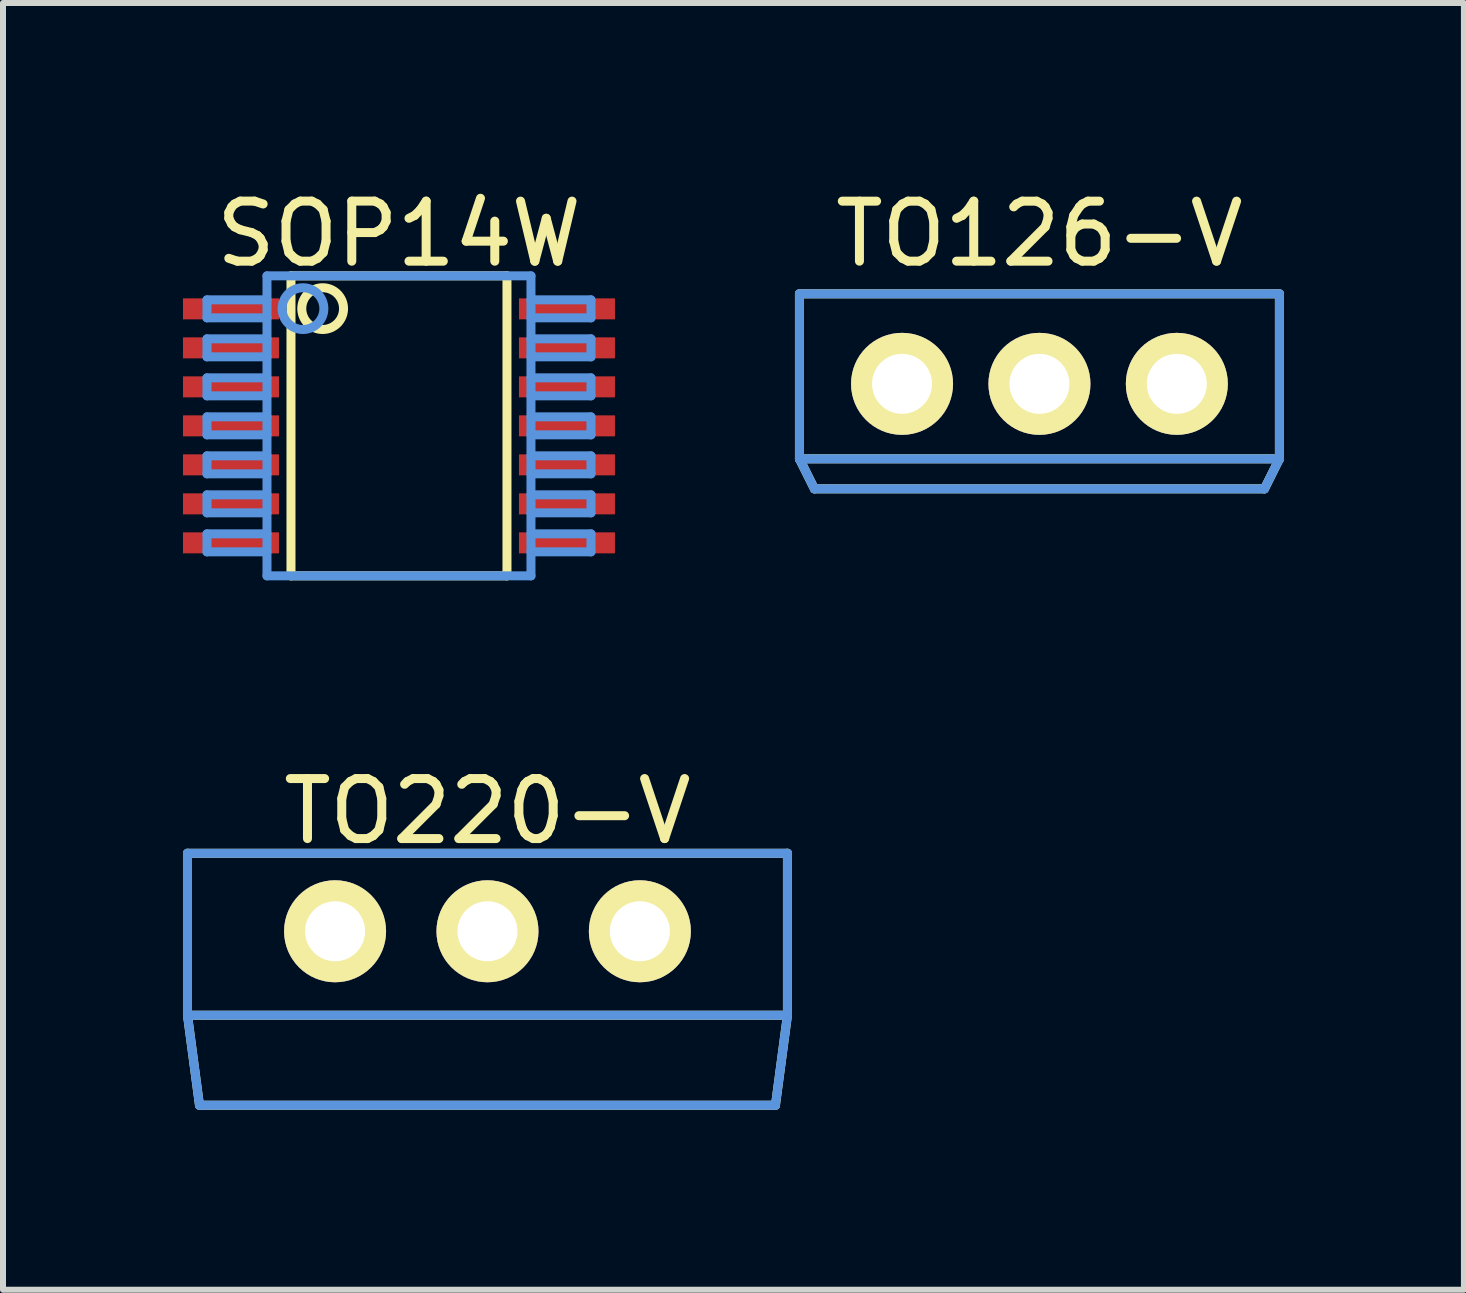
<source format=kicad_pcb>
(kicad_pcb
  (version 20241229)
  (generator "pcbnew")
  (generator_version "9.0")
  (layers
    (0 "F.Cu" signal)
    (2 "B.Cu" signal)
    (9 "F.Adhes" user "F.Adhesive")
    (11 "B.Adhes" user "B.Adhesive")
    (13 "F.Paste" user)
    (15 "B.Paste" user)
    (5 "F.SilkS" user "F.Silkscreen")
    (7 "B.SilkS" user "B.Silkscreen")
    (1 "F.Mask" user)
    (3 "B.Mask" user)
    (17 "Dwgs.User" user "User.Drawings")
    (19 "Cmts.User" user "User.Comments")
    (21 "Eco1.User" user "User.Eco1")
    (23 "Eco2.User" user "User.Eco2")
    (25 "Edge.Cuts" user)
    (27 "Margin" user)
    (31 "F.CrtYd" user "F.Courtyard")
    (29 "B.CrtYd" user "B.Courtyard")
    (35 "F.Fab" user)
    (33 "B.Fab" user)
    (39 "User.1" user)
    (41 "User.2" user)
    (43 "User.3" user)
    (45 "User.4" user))
  (footprint "TO220-V"
    (layer "F.Cu")
    (at 5.075 12.472)
    (property "Reference" "TO220-V" (at 0 -2 0) (layer "F.SilkS") (effects (font (size 1 1) (thickness 0.15))))
    (attr through_hole)
    (fp_line (start -5 -1.3) (end -5 1.4) (stroke (width 0.15) (type solid)) (layer "F.SilkS"))
    (fp_line (start -5 1.4) (end 5 1.4) (stroke (width 0.15) (type solid)) (layer "F.SilkS"))
    (fp_line (start -4.8 2.9) (end -5 1.4) (stroke (width 0.15) (type solid)) (layer "F.SilkS"))
    (fp_line (start 4.8 2.9) (end -4.8 2.9) (stroke (width 0.15) (type solid)) (layer "F.SilkS"))
    (fp_line (start 5 -1.3) (end -5 -1.3) (stroke (width 0.15) (type solid)) (layer "F.SilkS"))
    (fp_line (start 5 1.4) (end 4.8 2.9) (stroke (width 0.15) (type solid)) (layer "F.SilkS"))
    (fp_line (start 5 1.4) (end 5 -1.3) (stroke (width 0.15) (type solid)) (layer "F.SilkS"))
    (fp_line (start -5 -1.3) (end 5 -1.3) (stroke (width 0.15) (type solid)) (layer "Cmts.User"))
    (fp_line (start -5 1.4) (end -5 -1.3) (stroke (width 0.15) (type solid)) (layer "Cmts.User"))
    (fp_line (start -4.8 2.9) (end -5 1.4) (stroke (width 0.15) (type solid)) (layer "Cmts.User"))
    (fp_line (start 4.8 2.9) (end -4.8 2.9) (stroke (width 0.15) (type solid)) (layer "Cmts.User"))
    (fp_line (start 5 -1.3) (end 5 1.4) (stroke (width 0.15) (type solid)) (layer "Cmts.User"))
    (fp_line (start 5 1.4) (end -5 1.4) (stroke (width 0.15) (type solid)) (layer "Cmts.User"))
    (fp_line (start 5 1.4) (end 4.8 2.9) (stroke (width 0.15) (type solid)) (layer "Cmts.User"))
    (fp_line (start -5.05 -1.35) (end 5.05 -1.35) (stroke (width 0.05) (type solid)) (layer "Eco1.User"))
    (fp_line (start -5.05 2.95) (end -5.05 -1.35) (stroke (width 0.05) (type solid)) (layer "Eco1.User"))
    (fp_line (start 5.05 -1.35) (end 5.05 2.95) (stroke (width 0.05) (type solid)) (layer "Eco1.User"))
    (fp_line (start 5.05 2.95) (end -5.05 2.95) (stroke (width 0.05) (type solid)) (layer "Eco1.User"))
    (pad "1" thru_hole circle (at -2.54 0) (size 1.7 1.7) (drill 1) (layers "*.Cu" "*.Mask" "F.SilkS"))
    (pad "2" thru_hole circle (at 0 0) (size 1.7 1.7) (drill 1) (layers "*.Cu" "*.Mask" "F.SilkS"))
    (pad "3" thru_hole circle (at 2.54 0) (size 1.7 1.7) (drill 1) (layers "*.Cu" "*.Mask" "F.SilkS")))
  (footprint "SOP14W"
    (layer "F.Cu")
    (at 3.6 4.048)
    (property "Reference" "SOP14W" (at 0 -3.2 0) (layer "F.SilkS") (effects (font (size 1.001 1.001) (thickness 0.15))))
    (attr through_hole)
    (fp_line (start -1.8 -2.5) (end -1.8 2.5) (stroke (width 0.15) (type solid)) (layer "F.SilkS"))
    (fp_line (start -1.8 2.5) (end 1.8 2.5) (stroke (width 0.15) (type solid)) (layer "F.SilkS"))
    (fp_line (start 1.8 -2.5) (end -1.8 -2.5) (stroke (width 0.15) (type solid)) (layer "F.SilkS"))
    (fp_line (start 1.8 2.5) (end 1.8 -2.5) (stroke (width 0.15) (type solid)) (layer "F.SilkS"))
    (fp_circle (center -1.272 -1.954) (end -0.924 -1.954) (stroke (width 0.15) (type solid)) (fill no) (layer "F.SilkS"))
    (fp_line (start -3.2 -2.1) (end -2.2 -2.1) (stroke (width 0.15) (type solid)) (layer "Cmts.User"))
    (fp_line (start -3.2 -1.8) (end -3.2 -2.1) (stroke (width 0.15) (type solid)) (layer "Cmts.User"))
    (fp_line (start -3.2 -1.45) (end -2.2 -1.45) (stroke (width 0.15) (type solid)) (layer "Cmts.User"))
    (fp_line (start -3.2 -1.15) (end -3.2 -1.45) (stroke (width 0.15) (type solid)) (layer "Cmts.User"))
    (fp_line (start -3.2 -0.8) (end -2.2 -0.8) (stroke (width 0.15) (type solid)) (layer "Cmts.User"))
    (fp_line (start -3.2 -0.5) (end -3.2 -0.8) (stroke (width 0.15) (type solid)) (layer "Cmts.User"))
    (fp_line (start -3.2 -0.15) (end -2.2 -0.15) (stroke (width 0.15) (type solid)) (layer "Cmts.User"))
    (fp_line (start -3.2 0.15) (end -3.2 -0.15) (stroke (width 0.15) (type solid)) (layer "Cmts.User"))
    (fp_line (start -3.2 0.5) (end -2.2 0.5) (stroke (width 0.15) (type solid)) (layer "Cmts.User"))
    (fp_line (start -3.2 0.8) (end -3.2 0.5) (stroke (width 0.15) (type solid)) (layer "Cmts.User"))
    (fp_line (start -3.2 1.15) (end -2.2 1.15) (stroke (width 0.15) (type solid)) (layer "Cmts.User"))
    (fp_line (start -3.2 1.45) (end -3.2 1.15) (stroke (width 0.15) (type solid)) (layer "Cmts.User"))
    (fp_line (start -3.2 1.8) (end -2.2 1.8) (stroke (width 0.15) (type solid)) (layer "Cmts.User"))
    (fp_line (start -3.2 2.1) (end -3.2 1.8) (stroke (width 0.15) (type solid)) (layer "Cmts.User"))
    (fp_line (start -2.2 -2.5) (end -2.2 2.5) (stroke (width 0.15) (type solid)) (layer "Cmts.User"))
    (fp_line (start -2.2 -1.8) (end -3.2 -1.8) (stroke (width 0.15) (type solid)) (layer "Cmts.User"))
    (fp_line (start -2.2 -1.15) (end -3.2 -1.15) (stroke (width 0.15) (type solid)) (layer "Cmts.User"))
    (fp_line (start -2.2 -0.5) (end -3.2 -0.5) (stroke (width 0.15) (type solid)) (layer "Cmts.User"))
    (fp_line (start -2.2 0.15) (end -3.2 0.15) (stroke (width 0.15) (type solid)) (layer "Cmts.User"))
    (fp_line (start -2.2 0.8) (end -3.2 0.8) (stroke (width 0.15) (type solid)) (layer "Cmts.User"))
    (fp_line (start -2.2 1.45) (end -3.2 1.45) (stroke (width 0.15) (type solid)) (layer "Cmts.User"))
    (fp_line (start -2.2 2.1) (end -3.2 2.1) (stroke (width 0.15) (type solid)) (layer "Cmts.User"))
    (fp_line (start -2.2 2.5) (end 2.2 2.5) (stroke (width 0.15) (type solid)) (layer "Cmts.User"))
    (fp_line (start 2.2 -2.5) (end -2.2 -2.5) (stroke (width 0.15) (type solid)) (layer "Cmts.User"))
    (fp_line (start 2.2 -2.1) (end 3.2 -2.1) (stroke (width 0.15) (type solid)) (layer "Cmts.User"))
    (fp_line (start 2.2 -1.45) (end 3.2 -1.45) (stroke (width 0.15) (type solid)) (layer "Cmts.User"))
    (fp_line (start 2.2 -0.8) (end 3.2 -0.8) (stroke (width 0.15) (type solid)) (layer "Cmts.User"))
    (fp_line (start 2.2 -0.15) (end 3.2 -0.15) (stroke (width 0.15) (type solid)) (layer "Cmts.User"))
    (fp_line (start 2.2 0.5) (end 3.2 0.5) (stroke (width 0.15) (type solid)) (layer "Cmts.User"))
    (fp_line (start 2.2 1.15) (end 3.2 1.15) (stroke (width 0.15) (type solid)) (layer "Cmts.User"))
    (fp_line (start 2.2 1.8) (end 3.2 1.8) (stroke (width 0.15) (type solid)) (layer "Cmts.User"))
    (fp_line (start 2.2 2.5) (end 2.2 -2.5) (stroke (width 0.15) (type solid)) (layer "Cmts.User"))
    (fp_line (start 3.2 -2.1) (end 3.2 -1.8) (stroke (width 0.15) (type solid)) (layer "Cmts.User"))
    (fp_line (start 3.2 -1.8) (end 2.2 -1.8) (stroke (width 0.15) (type solid)) (layer "Cmts.User"))
    (fp_line (start 3.2 -1.45) (end 3.2 -1.15) (stroke (width 0.15) (type solid)) (layer "Cmts.User"))
    (fp_line (start 3.2 -1.15) (end 2.2 -1.15) (stroke (width 0.15) (type solid)) (layer "Cmts.User"))
    (fp_line (start 3.2 -0.8) (end 3.2 -0.5) (stroke (width 0.15) (type solid)) (layer "Cmts.User"))
    (fp_line (start 3.2 -0.5) (end 2.2 -0.5) (stroke (width 0.15) (type solid)) (layer "Cmts.User"))
    (fp_line (start 3.2 -0.15) (end 3.2 0.15) (stroke (width 0.15) (type solid)) (layer "Cmts.User"))
    (fp_line (start 3.2 0.15) (end 2.2 0.15) (stroke (width 0.15) (type solid)) (layer "Cmts.User"))
    (fp_line (start 3.2 0.5) (end 3.2 0.8) (stroke (width 0.15) (type solid)) (layer "Cmts.User"))
    (fp_line (start 3.2 0.8) (end 2.2 0.8) (stroke (width 0.15) (type solid)) (layer "Cmts.User"))
    (fp_line (start 3.2 1.15) (end 3.2 1.45) (stroke (width 0.15) (type solid)) (layer "Cmts.User"))
    (fp_line (start 3.2 1.45) (end 2.2 1.45) (stroke (width 0.15) (type solid)) (layer "Cmts.User"))
    (fp_line (start 3.2 1.8) (end 3.2 2.1) (stroke (width 0.15) (type solid)) (layer "Cmts.User"))
    (fp_line (start 3.2 2.1) (end 2.2 2.1) (stroke (width 0.15) (type solid)) (layer "Cmts.User"))
    (fp_circle (center -1.6 -1.954) (end -1.252 -1.954) (stroke (width 0.15) (type solid)) (fill no) (layer "Cmts.User"))
    (pad "1" smd rect (at -2.8 -1.95) (size 1.6 0.35) (layers "F.Cu" "F.Mask" "F.Paste"))
    (pad "2" smd rect (at -2.8 -1.3) (size 1.6 0.35) (layers "F.Cu" "F.Mask" "F.Paste"))
    (pad "3" smd rect (at -2.8 -0.65) (size 1.6 0.35) (layers "F.Cu" "F.Mask" "F.Paste"))
    (pad "4" smd rect (at -2.8 0) (size 1.6 0.35) (layers "F.Cu" "F.Mask" "F.Paste"))
    (pad "5" smd rect (at -2.8 0.65) (size 1.6 0.35) (layers "F.Cu" "F.Mask" "F.Paste"))
    (pad "6" smd rect (at -2.8 1.3) (size 1.6 0.35) (layers "F.Cu" "F.Mask" "F.Paste"))
    (pad "7" smd rect (at -2.8 1.95) (size 1.6 0.35) (layers "F.Cu" "F.Mask" "F.Paste"))
    (pad "8" smd rect (at 2.8 1.95) (size 1.6 0.35) (layers "F.Cu" "F.Mask" "F.Paste"))
    (pad "9" smd rect (at 2.8 1.3) (size 1.6 0.35) (layers "F.Cu" "F.Mask" "F.Paste"))
    (pad "10" smd rect (at 2.8 0.65) (size 1.6 0.35) (layers "F.Cu" "F.Mask" "F.Paste"))
    (pad "11" smd rect (at 2.8 0) (size 1.6 0.35) (layers "F.Cu" "F.Mask" "F.Paste"))
    (pad "12" smd rect (at 2.8 -0.65) (size 1.6 0.35) (layers "F.Cu" "F.Mask" "F.Paste"))
    (pad "13" smd rect (at 2.8 -1.3) (size 1.6 0.35) (layers "F.Cu" "F.Mask" "F.Paste"))
    (pad "14" smd rect (at 2.8 -1.95) (size 1.6 0.35) (layers "F.Cu" "F.Mask" "F.Paste")))
  (footprint "TO126-V"
    (layer "F.Cu")
    (at 14.275 3.348)
    (property "Reference" "TO126-V" (at 0 -2.5 0) (layer "F.SilkS") (effects (font (size 1 1) (thickness 0.15))))
    (attr through_hole)
    (fp_line (start -4 -1.5) (end 4 -1.5) (stroke (width 0.15) (type solid)) (layer "F.SilkS"))
    (fp_line (start -4 1.25) (end -4 -1.5) (stroke (width 0.15) (type solid)) (layer "F.SilkS"))
    (fp_line (start -3.75 1.75) (end -4 1.25) (stroke (width 0.15) (type solid)) (layer "F.SilkS"))
    (fp_line (start 3.75 1.75) (end -3.75 1.75) (stroke (width 0.15) (type solid)) (layer "F.SilkS"))
    (fp_line (start 3.75 1.75) (end 4 1.25) (stroke (width 0.15) (type solid)) (layer "F.SilkS"))
    (fp_line (start 4 -1.5) (end 4 1.25) (stroke (width 0.15) (type solid)) (layer "F.SilkS"))
    (fp_line (start 4 1.25) (end -4 1.25) (stroke (width 0.15) (type solid)) (layer "F.SilkS"))
    (fp_line (start -4 -1.5) (end 4 -1.5) (stroke (width 0.15) (type solid)) (layer "Cmts.User"))
    (fp_line (start -4 1.25) (end -4 -1.5) (stroke (width 0.15) (type solid)) (layer "Cmts.User"))
    (fp_line (start -4 1.25) (end -3.75 1.75) (stroke (width 0.15) (type solid)) (layer "Cmts.User"))
    (fp_line (start -3.75 1.75) (end 3.75 1.75) (stroke (width 0.15) (type solid)) (layer "Cmts.User"))
    (fp_line (start 3.75 1.75) (end 4 1.25) (stroke (width 0.15) (type solid)) (layer "Cmts.User"))
    (fp_line (start 4 -1.5) (end 4 1.25) (stroke (width 0.15) (type solid)) (layer "Cmts.User"))
    (fp_line (start 4 1.25) (end -4 1.25) (stroke (width 0.15) (type solid)) (layer "Cmts.User"))
    (fp_line (start -4.05 -1.55) (end 4.05 -1.55) (stroke (width 0.05) (type solid)) (layer "Eco1.User"))
    (fp_line (start -4.05 1.8) (end -4.05 -1.55) (stroke (width 0.05) (type solid)) (layer "Eco1.User"))
    (fp_line (start 4.05 -1.55) (end 4.05 1.8) (stroke (width 0.05) (type solid)) (layer "Eco1.User"))
    (fp_line (start 4.05 1.8) (end -4.05 1.8) (stroke (width 0.05) (type solid)) (layer "Eco1.User"))
    (pad "1" thru_hole circle (at -2.29 0) (size 1.7 1.7) (drill 1) (layers "*.Cu" "*.Mask" "F.SilkS"))
    (pad "2" thru_hole circle (at 0 0) (size 1.7 1.7) (drill 1) (layers "*.Cu" "*.Mask" "F.SilkS"))
    (pad "3" thru_hole circle (at 2.29 0) (size 1.7 1.7) (drill 1) (layers "*.Cu" "*.Mask" "F.SilkS")))
  (gr_rect
    (start -3 -3)
    (end 21.35 18.447)
    (stroke (width 0.1) (type default))
    (fill no)
    (layer "Edge.Cuts")))
</source>
